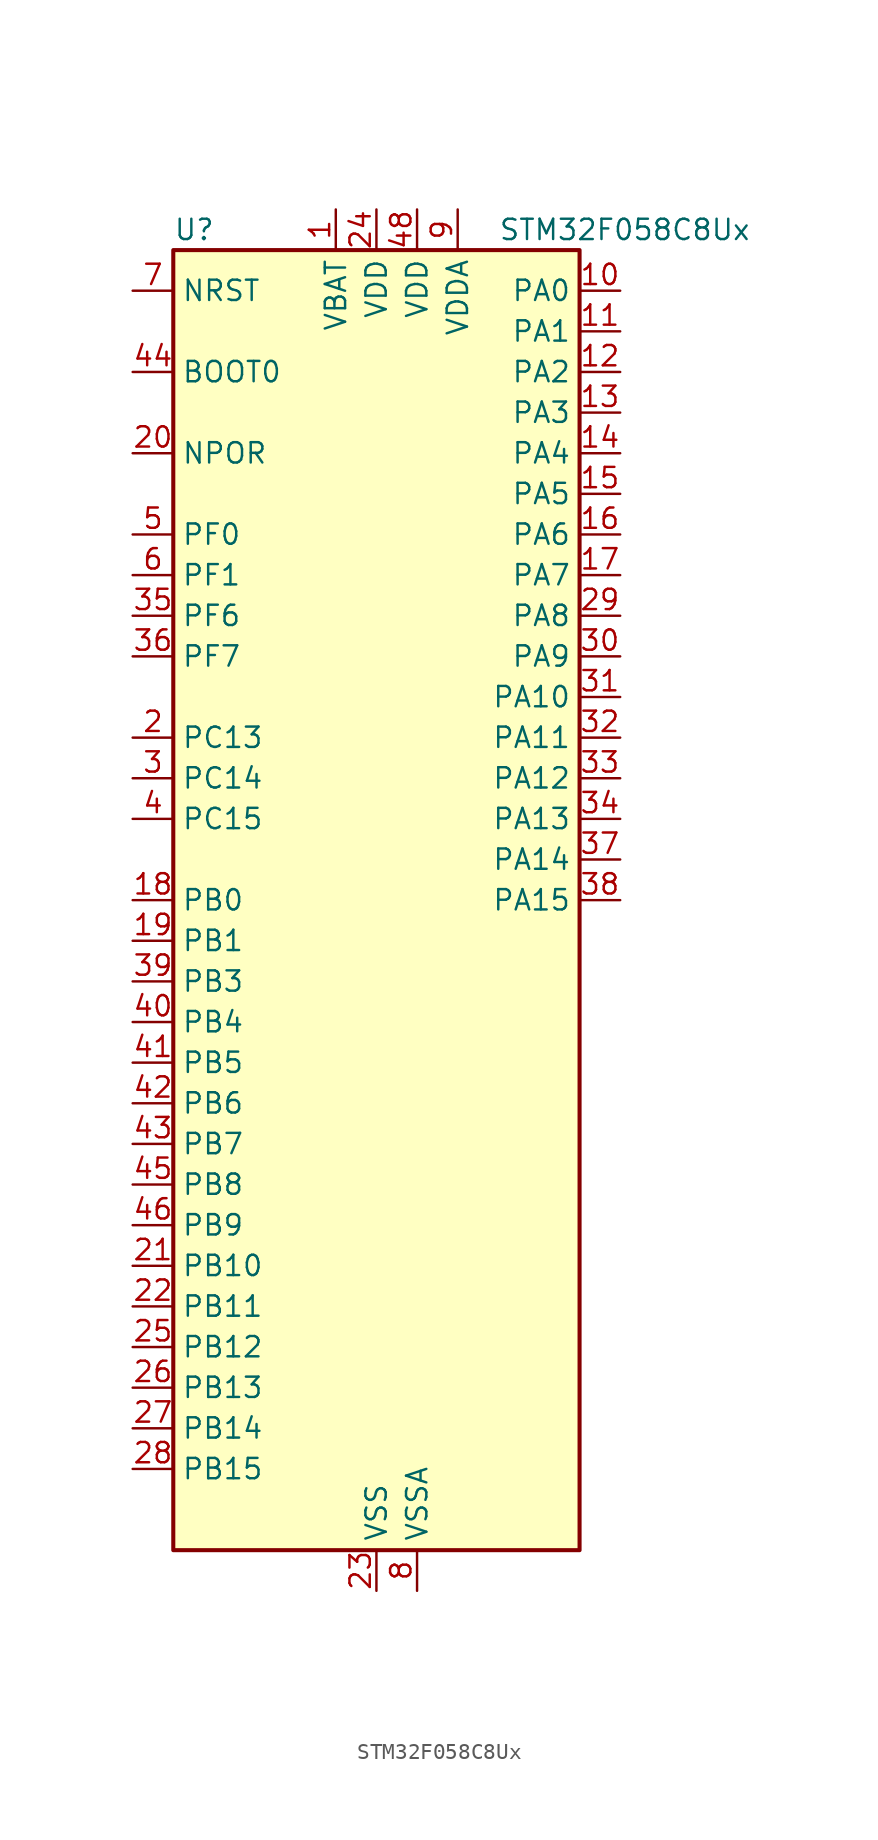
<source format=kicad_sym>
(kicad_symbol_lib
  (version 20220914)
  (generator kicad_symbol_editor)
  (symbol "STM32F058C8Ux"
    (property "Reference" "U"
      (at -12.7 41.91 0)
      (effects (font (size 1.27 1.27)) (justify left)))
    (property "Value" "STM32F058C8Ux"
      (at 7.62 41.91 0)
      (effects (font (size 1.27 1.27)) (justify left)))
    (property "ki_locked" ""
      (at 0 0 0)
      (effects (font (size 1.27 1.27))))
    (symbol "STM32F058C8Ux_0_1"
      (rectangle (start -12.7 -40.64) (end 12.7 40.64) (stroke (width 0.254) (type default)) (fill (type background))))
    (symbol "STM32F058C8Ux_1_1"
      (pin power_in line (at -2.54 43.18 270) (length 2.54) (name "VBAT" (effects (font (size 1.27 1.27)))) (number "1" (effects (font (size 1.27 1.27)))))
      (pin bidirectional line (at 15.24 38.1 180) (length 2.54) (name "PA0" (effects (font (size 1.27 1.27)))) (number "10" (effects (font (size 1.27 1.27)))) (alternate "ADC_IN0" bidirectional line) (alternate "COMP1_INM" bidirectional line) (alternate "COMP1_OUT" bidirectional line) (alternate "RTC_TAMP2" bidirectional line) (alternate "SYS_WKUP1" bidirectional line) (alternate "TIM2_CH1" bidirectional line) (alternate "TIM2_ETR" bidirectional line) (alternate "TSC_G1_IO1" bidirectional line) (alternate "USART2_CTS" bidirectional line))
      (pin bidirectional line (at 15.24 35.56 180) (length 2.54) (name "PA1" (effects (font (size 1.27 1.27)))) (number "11" (effects (font (size 1.27 1.27)))) (alternate "ADC_IN1" bidirectional line) (alternate "COMP1_INP" bidirectional line) (alternate "TIM2_CH2" bidirectional line) (alternate "TSC_G1_IO2" bidirectional line) (alternate "USART2_DE" bidirectional line) (alternate "USART2_RTS" bidirectional line))
      (pin bidirectional line (at 15.24 33.02 180) (length 2.54) (name "PA2" (effects (font (size 1.27 1.27)))) (number "12" (effects (font (size 1.27 1.27)))) (alternate "ADC_IN2" bidirectional line) (alternate "COMP2_INM" bidirectional line) (alternate "COMP2_OUT" bidirectional line) (alternate "TIM15_CH1" bidirectional line) (alternate "TIM2_CH3" bidirectional line) (alternate "TSC_G1_IO3" bidirectional line) (alternate "USART2_TX" bidirectional line))
      (pin bidirectional line (at 15.24 30.48 180) (length 2.54) (name "PA3" (effects (font (size 1.27 1.27)))) (number "13" (effects (font (size 1.27 1.27)))) (alternate "ADC_IN3" bidirectional line) (alternate "COMP2_INP" bidirectional line) (alternate "TIM15_CH2" bidirectional line) (alternate "TIM2_CH4" bidirectional line) (alternate "TSC_G1_IO4" bidirectional line) (alternate "USART2_RX" bidirectional line))
      (pin bidirectional line (at 15.24 27.94 180) (length 2.54) (name "PA4" (effects (font (size 1.27 1.27)))) (number "14" (effects (font (size 1.27 1.27)))) (alternate "ADC_IN4" bidirectional line) (alternate "COMP1_INM" bidirectional line) (alternate "COMP2_INM" bidirectional line) (alternate "DAC1_OUT1" bidirectional line) (alternate "I2S1_WS" bidirectional line) (alternate "SPI1_NSS" bidirectional line) (alternate "TIM14_CH1" bidirectional line) (alternate "TSC_G2_IO1" bidirectional line) (alternate "USART2_CK" bidirectional line))
      (pin bidirectional line (at 15.24 25.4 180) (length 2.54) (name "PA5" (effects (font (size 1.27 1.27)))) (number "15" (effects (font (size 1.27 1.27)))) (alternate "ADC_IN5" bidirectional line) (alternate "CEC" bidirectional line) (alternate "COMP1_INM" bidirectional line) (alternate "COMP2_INM" bidirectional line) (alternate "I2S1_CK" bidirectional line) (alternate "SPI1_SCK" bidirectional line) (alternate "TIM2_CH1" bidirectional line) (alternate "TIM2_ETR" bidirectional line) (alternate "TSC_G2_IO2" bidirectional line))
      (pin bidirectional line (at 15.24 22.86 180) (length 2.54) (name "PA6" (effects (font (size 1.27 1.27)))) (number "16" (effects (font (size 1.27 1.27)))) (alternate "ADC_IN6" bidirectional line) (alternate "COMP1_OUT" bidirectional line) (alternate "I2S1_MCK" bidirectional line) (alternate "SPI1_MISO" bidirectional line) (alternate "TIM16_CH1" bidirectional line) (alternate "TIM1_BKIN" bidirectional line) (alternate "TIM3_CH1" bidirectional line) (alternate "TSC_G2_IO3" bidirectional line))
      (pin bidirectional line (at 15.24 20.32 180) (length 2.54) (name "PA7" (effects (font (size 1.27 1.27)))) (number "17" (effects (font (size 1.27 1.27)))) (alternate "ADC_IN7" bidirectional line) (alternate "COMP2_OUT" bidirectional line) (alternate "I2S1_SD" bidirectional line) (alternate "SPI1_MOSI" bidirectional line) (alternate "TIM14_CH1" bidirectional line) (alternate "TIM17_CH1" bidirectional line) (alternate "TIM1_CH1N" bidirectional line) (alternate "TIM3_CH2" bidirectional line) (alternate "TSC_G2_IO4" bidirectional line))
      (pin bidirectional line (at -15.24 0 0) (length 2.54) (name "PB0" (effects (font (size 1.27 1.27)))) (number "18" (effects (font (size 1.27 1.27)))) (alternate "ADC_IN8" bidirectional line) (alternate "TIM1_CH2N" bidirectional line) (alternate "TIM3_CH3" bidirectional line) (alternate "TSC_G3_IO2" bidirectional line))
      (pin bidirectional line (at -15.24 -2.54 0) (length 2.54) (name "PB1" (effects (font (size 1.27 1.27)))) (number "19" (effects (font (size 1.27 1.27)))) (alternate "ADC_IN9" bidirectional line) (alternate "TIM14_CH1" bidirectional line) (alternate "TIM1_CH3N" bidirectional line) (alternate "TIM3_CH4" bidirectional line) (alternate "TSC_G3_IO3" bidirectional line))
      (pin bidirectional line (at -15.24 10.16 0) (length 2.54) (name "PC13" (effects (font (size 1.27 1.27)))) (number "2" (effects (font (size 1.27 1.27)))) (alternate "RTC_OUT_ALARM" bidirectional line) (alternate "RTC_OUT_CALIB" bidirectional line) (alternate "RTC_TAMP1" bidirectional line) (alternate "RTC_TS" bidirectional line) (alternate "SYS_WKUP2" bidirectional line))
      (pin input line (at -15.24 27.94 0) (length 2.54) (name "NPOR" (effects (font (size 1.27 1.27)))) (number "20" (effects (font (size 1.27 1.27)))))
      (pin bidirectional line (at -15.24 -22.86 0) (length 2.54) (name "PB10" (effects (font (size 1.27 1.27)))) (number "21" (effects (font (size 1.27 1.27)))) (alternate "CEC" bidirectional line) (alternate "I2C2_SCL" bidirectional line) (alternate "TIM2_CH3" bidirectional line) (alternate "TSC_SYNC" bidirectional line))
      (pin bidirectional line (at -15.24 -25.4 0) (length 2.54) (name "PB11" (effects (font (size 1.27 1.27)))) (number "22" (effects (font (size 1.27 1.27)))) (alternate "I2C2_SDA" bidirectional line) (alternate "TIM2_CH4" bidirectional line) (alternate "TSC_G6_IO1" bidirectional line))
      (pin power_in line (at 0 -43.18 90) (length 2.54) (name "VSS" (effects (font (size 1.27 1.27)))) (number "23" (effects (font (size 1.27 1.27)))))
      (pin power_in line (at 0 43.18 270) (length 2.54) (name "VDD" (effects (font (size 1.27 1.27)))) (number "24" (effects (font (size 1.27 1.27)))))
      (pin bidirectional line (at -15.24 -27.94 0) (length 2.54) (name "PB12" (effects (font (size 1.27 1.27)))) (number "25" (effects (font (size 1.27 1.27)))) (alternate "SPI2_NSS" bidirectional line) (alternate "TIM1_BKIN" bidirectional line) (alternate "TSC_G6_IO2" bidirectional line))
      (pin bidirectional line (at -15.24 -30.48 0) (length 2.54) (name "PB13" (effects (font (size 1.27 1.27)))) (number "26" (effects (font (size 1.27 1.27)))) (alternate "SPI2_SCK" bidirectional line) (alternate "TIM1_CH1N" bidirectional line) (alternate "TSC_G6_IO3" bidirectional line))
      (pin bidirectional line (at -15.24 -33.02 0) (length 2.54) (name "PB14" (effects (font (size 1.27 1.27)))) (number "27" (effects (font (size 1.27 1.27)))) (alternate "SPI2_MISO" bidirectional line) (alternate "TIM15_CH1" bidirectional line) (alternate "TIM1_CH2N" bidirectional line) (alternate "TSC_G6_IO4" bidirectional line))
      (pin bidirectional line (at -15.24 -35.56 0) (length 2.54) (name "PB15" (effects (font (size 1.27 1.27)))) (number "28" (effects (font (size 1.27 1.27)))) (alternate "RTC_REFIN" bidirectional line) (alternate "SPI2_MOSI" bidirectional line) (alternate "TIM15_CH1N" bidirectional line) (alternate "TIM15_CH2" bidirectional line) (alternate "TIM1_CH3N" bidirectional line))
      (pin bidirectional line (at 15.24 17.78 180) (length 2.54) (name "PA8" (effects (font (size 1.27 1.27)))) (number "29" (effects (font (size 1.27 1.27)))) (alternate "RCC_MCO" bidirectional line) (alternate "TIM1_CH1" bidirectional line) (alternate "USART1_CK" bidirectional line))
      (pin bidirectional line (at -15.24 7.62 0) (length 2.54) (name "PC14" (effects (font (size 1.27 1.27)))) (number "3" (effects (font (size 1.27 1.27)))) (alternate "RCC_OSC32_IN" bidirectional line))
      (pin bidirectional line (at 15.24 15.24 180) (length 2.54) (name "PA9" (effects (font (size 1.27 1.27)))) (number "30" (effects (font (size 1.27 1.27)))) (alternate "DAC1_EXTI9" bidirectional line) (alternate "TIM15_BKIN" bidirectional line) (alternate "TIM1_CH2" bidirectional line) (alternate "TSC_G4_IO1" bidirectional line) (alternate "USART1_TX" bidirectional line))
      (pin bidirectional line (at 15.24 12.7 180) (length 2.54) (name "PA10" (effects (font (size 1.27 1.27)))) (number "31" (effects (font (size 1.27 1.27)))) (alternate "TIM17_BKIN" bidirectional line) (alternate "TIM1_CH3" bidirectional line) (alternate "TSC_G4_IO2" bidirectional line) (alternate "USART1_RX" bidirectional line))
      (pin bidirectional line (at 15.24 10.16 180) (length 2.54) (name "PA11" (effects (font (size 1.27 1.27)))) (number "32" (effects (font (size 1.27 1.27)))) (alternate "COMP1_OUT" bidirectional line) (alternate "TIM1_CH4" bidirectional line) (alternate "TSC_G4_IO3" bidirectional line) (alternate "USART1_CTS" bidirectional line))
      (pin bidirectional line (at 15.24 7.62 180) (length 2.54) (name "PA12" (effects (font (size 1.27 1.27)))) (number "33" (effects (font (size 1.27 1.27)))) (alternate "COMP2_OUT" bidirectional line) (alternate "TIM1_ETR" bidirectional line) (alternate "TSC_G4_IO4" bidirectional line) (alternate "USART1_DE" bidirectional line) (alternate "USART1_RTS" bidirectional line))
      (pin bidirectional line (at 15.24 5.08 180) (length 2.54) (name "PA13" (effects (font (size 1.27 1.27)))) (number "34" (effects (font (size 1.27 1.27)))) (alternate "IR_OUT" bidirectional line) (alternate "SYS_SWDIO" bidirectional line))
      (pin bidirectional line (at -15.24 17.78 0) (length 2.54) (name "PF6" (effects (font (size 1.27 1.27)))) (number "35" (effects (font (size 1.27 1.27)))) (alternate "I2C2_SCL" bidirectional line))
      (pin bidirectional line (at -15.24 15.24 0) (length 2.54) (name "PF7" (effects (font (size 1.27 1.27)))) (number "36" (effects (font (size 1.27 1.27)))) (alternate "I2C2_SDA" bidirectional line))
      (pin bidirectional line (at 15.24 2.54 180) (length 2.54) (name "PA14" (effects (font (size 1.27 1.27)))) (number "37" (effects (font (size 1.27 1.27)))) (alternate "SYS_SWCLK" bidirectional line) (alternate "USART2_TX" bidirectional line))
      (pin bidirectional line (at 15.24 0 180) (length 2.54) (name "PA15" (effects (font (size 1.27 1.27)))) (number "38" (effects (font (size 1.27 1.27)))) (alternate "I2S1_WS" bidirectional line) (alternate "SPI1_NSS" bidirectional line) (alternate "TIM2_CH1" bidirectional line) (alternate "TIM2_ETR" bidirectional line) (alternate "USART2_RX" bidirectional line))
      (pin bidirectional line (at -15.24 -5.08 0) (length 2.54) (name "PB3" (effects (font (size 1.27 1.27)))) (number "39" (effects (font (size 1.27 1.27)))) (alternate "I2S1_CK" bidirectional line) (alternate "SPI1_SCK" bidirectional line) (alternate "TIM2_CH2" bidirectional line) (alternate "TSC_G5_IO1" bidirectional line))
      (pin bidirectional line (at -15.24 5.08 0) (length 2.54) (name "PC15" (effects (font (size 1.27 1.27)))) (number "4" (effects (font (size 1.27 1.27)))) (alternate "RCC_OSC32_OUT" bidirectional line))
      (pin bidirectional line (at -15.24 -7.62 0) (length 2.54) (name "PB4" (effects (font (size 1.27 1.27)))) (number "40" (effects (font (size 1.27 1.27)))) (alternate "I2S1_MCK" bidirectional line) (alternate "SPI1_MISO" bidirectional line) (alternate "TIM3_CH1" bidirectional line) (alternate "TSC_G5_IO2" bidirectional line))
      (pin bidirectional line (at -15.24 -10.16 0) (length 2.54) (name "PB5" (effects (font (size 1.27 1.27)))) (number "41" (effects (font (size 1.27 1.27)))) (alternate "I2C1_SMBA" bidirectional line) (alternate "I2S1_SD" bidirectional line) (alternate "SPI1_MOSI" bidirectional line) (alternate "TIM16_BKIN" bidirectional line) (alternate "TIM3_CH2" bidirectional line))
      (pin bidirectional line (at -15.24 -12.7 0) (length 2.54) (name "PB6" (effects (font (size 1.27 1.27)))) (number "42" (effects (font (size 1.27 1.27)))) (alternate "I2C1_SCL" bidirectional line) (alternate "TIM16_CH1N" bidirectional line) (alternate "TSC_G5_IO3" bidirectional line) (alternate "USART1_TX" bidirectional line))
      (pin bidirectional line (at -15.24 -15.24 0) (length 2.54) (name "PB7" (effects (font (size 1.27 1.27)))) (number "43" (effects (font (size 1.27 1.27)))) (alternate "I2C1_SDA" bidirectional line) (alternate "TIM17_CH1N" bidirectional line) (alternate "TSC_G5_IO4" bidirectional line) (alternate "USART1_RX" bidirectional line))
      (pin input line (at -15.24 33.02 0) (length 2.54) (name "BOOT0" (effects (font (size 1.27 1.27)))) (number "44" (effects (font (size 1.27 1.27)))))
      (pin bidirectional line (at -15.24 -17.78 0) (length 2.54) (name "PB8" (effects (font (size 1.27 1.27)))) (number "45" (effects (font (size 1.27 1.27)))) (alternate "CEC" bidirectional line) (alternate "I2C1_SCL" bidirectional line) (alternate "TIM16_CH1" bidirectional line) (alternate "TSC_SYNC" bidirectional line))
      (pin bidirectional line (at -15.24 -20.32 0) (length 2.54) (name "PB9" (effects (font (size 1.27 1.27)))) (number "46" (effects (font (size 1.27 1.27)))) (alternate "DAC1_EXTI9" bidirectional line) (alternate "I2C1_SDA" bidirectional line) (alternate "IR_OUT" bidirectional line) (alternate "TIM17_CH1" bidirectional line))
      (pin passive line (at 0 -43.18 90) (length 2.54) hide (name "VSS" (effects (font (size 1.27 1.27)))) (number "47" (effects (font (size 1.27 1.27)))))
      (pin power_in line (at 2.54 43.18 270) (length 2.54) (name "VDD" (effects (font (size 1.27 1.27)))) (number "48" (effects (font (size 1.27 1.27)))))
      (pin passive line (at 0 -43.18 90) (length 2.54) hide (name "VSS" (effects (font (size 1.27 1.27)))) (number "49" (effects (font (size 1.27 1.27)))))
      (pin bidirectional line (at -15.24 22.86 0) (length 2.54) (name "PF0" (effects (font (size 1.27 1.27)))) (number "5" (effects (font (size 1.27 1.27)))) (alternate "RCC_OSC_IN" bidirectional line))
      (pin bidirectional line (at -15.24 20.32 0) (length 2.54) (name "PF1" (effects (font (size 1.27 1.27)))) (number "6" (effects (font (size 1.27 1.27)))) (alternate "RCC_OSC_OUT" bidirectional line))
      (pin input line (at -15.24 38.1 0) (length 2.54) (name "NRST" (effects (font (size 1.27 1.27)))) (number "7" (effects (font (size 1.27 1.27)))))
      (pin power_in line (at 2.54 -43.18 90) (length 2.54) (name "VSSA" (effects (font (size 1.27 1.27)))) (number "8" (effects (font (size 1.27 1.27)))))
      (pin power_in line (at 5.08 43.18 270) (length 2.54) (name "VDDA" (effects (font (size 1.27 1.27)))) (number "9" (effects (font (size 1.27 1.27))))))))
</source>
